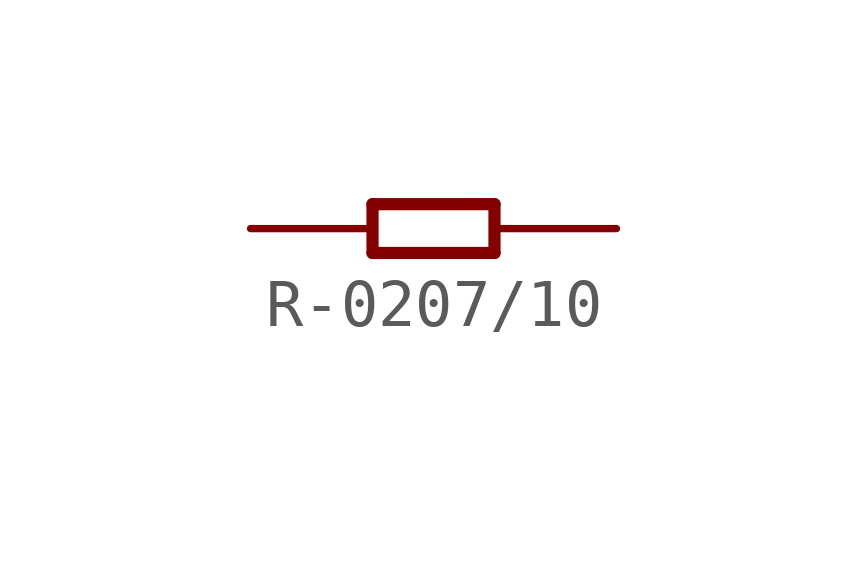
<source format=kicad_sym>
(kicad_symbol_lib
  (version 20220914)
  (generator kicad_symbol_editor)
  (symbol "R-0207/10"
    (property "Reference" "R"
      (at -3.81 0 0)
      (effects (font (size 1.27 1.079)) (justify left bottom) hide))
    (property "ki_locked" ""
      (at 0 0 0)
      (effects (font (size 1.27 1.27))))
    (symbol "R-0207/10_1_0"
      (polyline (pts (xy -1.27 -0.508) (xy -1.27 0.508)) (stroke (width 0.254) (type solid)) (fill (type none)))
      (polyline (pts (xy -1.27 0.508) (xy 1.27 0.508)) (stroke (width 0.254) (type solid)) (fill (type none)))
      (polyline (pts (xy 1.27 -0.508) (xy -1.27 -0.508)) (stroke (width 0.254) (type solid)) (fill (type none)))
      (polyline (pts (xy 1.27 0.508) (xy 1.27 -0.508)) (stroke (width 0.254) (type solid)) (fill (type none)))
      (pin passive line (at -3.81 0 0) (length 2.54) (name "1" (effects (font (size 0 0)))) (number "1" (effects (font (size 0 0)))))
      (pin passive line (at 3.81 0 180) (length 2.54) (name "2" (effects (font (size 0 0)))) (number "2" (effects (font (size 0 0))))))))
</source>
